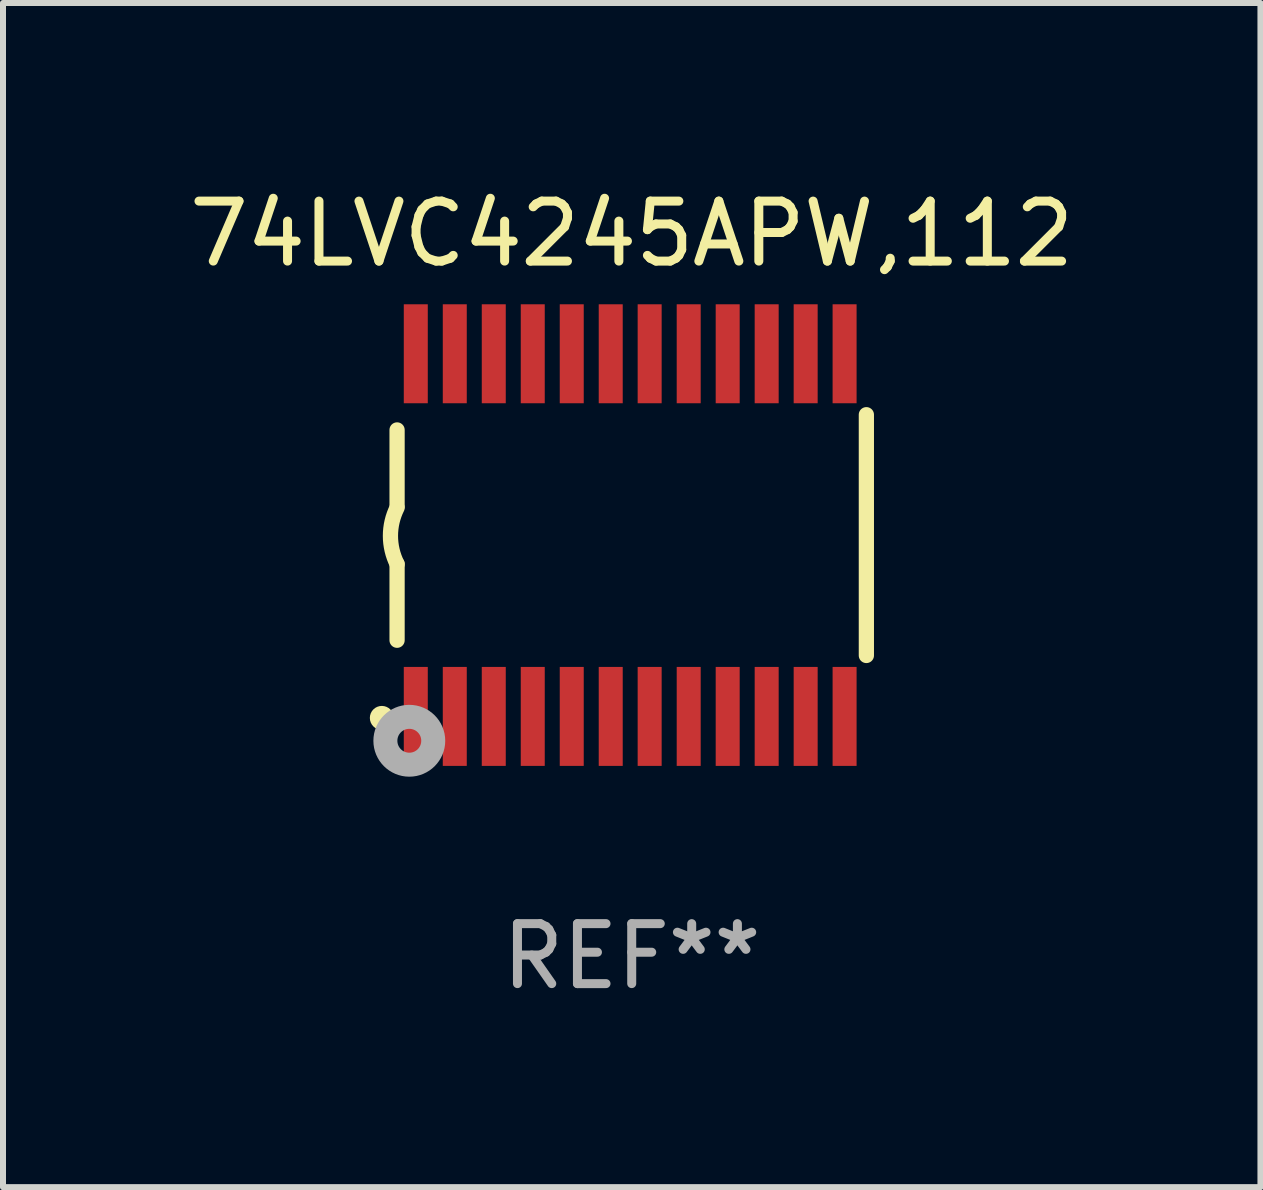
<source format=kicad_pcb>
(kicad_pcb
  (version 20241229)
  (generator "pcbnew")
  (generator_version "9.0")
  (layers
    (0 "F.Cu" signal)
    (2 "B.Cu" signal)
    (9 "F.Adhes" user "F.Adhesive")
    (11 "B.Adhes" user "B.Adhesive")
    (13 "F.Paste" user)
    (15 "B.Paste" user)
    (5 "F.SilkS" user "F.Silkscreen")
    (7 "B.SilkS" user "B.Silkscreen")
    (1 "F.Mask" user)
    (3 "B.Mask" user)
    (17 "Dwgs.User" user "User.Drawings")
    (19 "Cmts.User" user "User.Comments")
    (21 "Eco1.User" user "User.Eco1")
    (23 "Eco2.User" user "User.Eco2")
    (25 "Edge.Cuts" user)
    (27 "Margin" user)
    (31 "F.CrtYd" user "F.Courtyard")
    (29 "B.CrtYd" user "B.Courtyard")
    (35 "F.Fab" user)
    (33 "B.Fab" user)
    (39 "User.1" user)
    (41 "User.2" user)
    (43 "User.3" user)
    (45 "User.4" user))
  (footprint "74LVC4245APW,112"
    (layer "F.Cu")
    (at 7.482 5.871)
    (property "Reference" "74LVC4245APW,112" (at 0 -5.023 0) (layer "F.SilkS") (effects (font (size 1 1) (thickness 0.15))))
    (attr through_hole)
    (fp_line (start -3.912 -0.483) (end -3.912 -1.753) (stroke (width 0.254) (type solid)) (layer "F.SilkS"))
    (fp_line (start -3.912 1.753) (end -3.912 0.483) (stroke (width 0.254) (type solid)) (layer "F.SilkS"))
    (fp_line (start 3.912 -2.007) (end 3.912 2.007) (stroke (width 0.254) (type solid)) (layer "F.SilkS"))
    (fp_arc (start -3.911608 0.482601) (mid -4.022537 0.0127) (end -3.911608 -0.457201) (stroke (width 0.254001) (type solid)) (layer "F.SilkS"))
    (fp_circle (center -4.166 3.048) (end -4.066 3.048) (stroke (width 0.2) (type solid)) (fill no) (layer "F.SilkS"))
    (fp_circle (center -3.925 3.186) (end -3.895 3.186) (stroke (width 0.06) (type solid)) (fill no) (layer "F.SilkS"))
    (fp_circle (center -3.708 3.429) (end -3.509 3.429) (stroke (width 0.4) (type solid)) (fill no) (layer "F.Fab"))
    (fp_text user "REF**" (at 0 7.023 0) (layer "F.Fab") (effects (font (size 1 1) (thickness 0.15))))
    (pad "1" smd rect (at -3.6 3.023) (size 0.4 1.65) (layers "F.Cu" "F.Mask" "F.Paste"))
    (pad "2" smd rect (at -2.95 3.023) (size 0.4 1.65) (layers "F.Cu" "F.Mask" "F.Paste"))
    (pad "3" smd rect (at -2.3 3.023) (size 0.4 1.65) (layers "F.Cu" "F.Mask" "F.Paste"))
    (pad "4" smd rect (at -1.65 3.023) (size 0.4 1.65) (layers "F.Cu" "F.Mask" "F.Paste"))
    (pad "5" smd rect (at -1 3.023) (size 0.4 1.65) (layers "F.Cu" "F.Mask" "F.Paste"))
    (pad "6" smd rect (at -0.35 3.023) (size 0.4 1.65) (layers "F.Cu" "F.Mask" "F.Paste"))
    (pad "7" smd rect (at 0.299 3.023) (size 0.4 1.65) (layers "F.Cu" "F.Mask" "F.Paste"))
    (pad "8" smd rect (at 0.95 3.023) (size 0.4 1.65) (layers "F.Cu" "F.Mask" "F.Paste"))
    (pad "9" smd rect (at 1.6 3.023) (size 0.4 1.65) (layers "F.Cu" "F.Mask" "F.Paste"))
    (pad "10" smd rect (at 2.25 3.023) (size 0.4 1.65) (layers "F.Cu" "F.Mask" "F.Paste"))
    (pad "11" smd rect (at 2.9 3.023) (size 0.4 1.65) (layers "F.Cu" "F.Mask" "F.Paste"))
    (pad "12" smd rect (at 3.549 3.023) (size 0.4 1.65) (layers "F.Cu" "F.Mask" "F.Paste"))
    (pad "13" smd rect (at 3.549 -3.023) (size 0.4 1.65) (layers "F.Cu" "F.Mask" "F.Paste"))
    (pad "14" smd rect (at 2.9 -3.023) (size 0.4 1.65) (layers "F.Cu" "F.Mask" "F.Paste"))
    (pad "15" smd rect (at 2.25 -3.023) (size 0.4 1.65) (layers "F.Cu" "F.Mask" "F.Paste"))
    (pad "16" smd rect (at 1.6 -3.023) (size 0.4 1.65) (layers "F.Cu" "F.Mask" "F.Paste"))
    (pad "17" smd rect (at 0.95 -3.023) (size 0.4 1.65) (layers "F.Cu" "F.Mask" "F.Paste"))
    (pad "18" smd rect (at 0.299 -3.023) (size 0.4 1.65) (layers "F.Cu" "F.Mask" "F.Paste"))
    (pad "19" smd rect (at -0.35 -3.023) (size 0.4 1.65) (layers "F.Cu" "F.Mask" "F.Paste"))
    (pad "20" smd rect (at -1 -3.023) (size 0.4 1.65) (layers "F.Cu" "F.Mask" "F.Paste"))
    (pad "21" smd rect (at -1.65 -3.023) (size 0.4 1.65) (layers "F.Cu" "F.Mask" "F.Paste"))
    (pad "22" smd rect (at -2.3 -3.023) (size 0.4 1.65) (layers "F.Cu" "F.Mask" "F.Paste"))
    (pad "23" smd rect (at -2.95 -3.023) (size 0.4 1.65) (layers "F.Cu" "F.Mask" "F.Paste"))
    (pad "24" smd rect (at -3.6 -3.023) (size 0.4 1.65) (layers "F.Cu" "F.Mask" "F.Paste")))
  (gr_rect
    (start -3 -3)
    (end 17.964 16.742)
    (stroke (width 0.1) (type default))
    (fill no)
    (layer "Edge.Cuts")))
</source>
